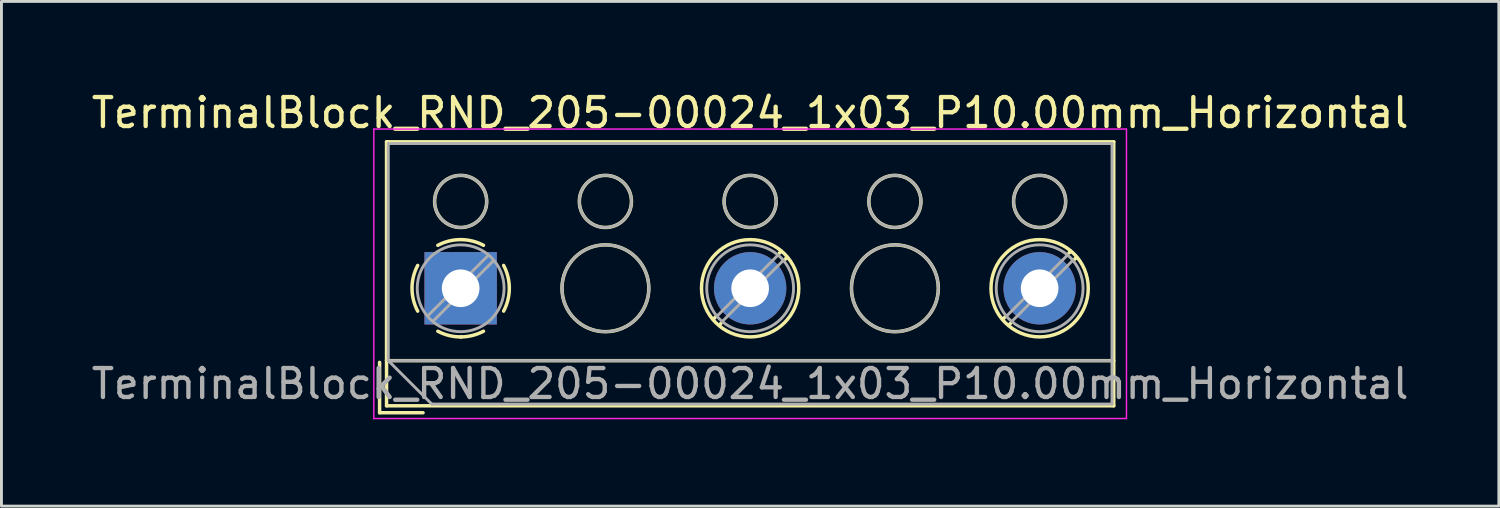
<source format=kicad_pcb>
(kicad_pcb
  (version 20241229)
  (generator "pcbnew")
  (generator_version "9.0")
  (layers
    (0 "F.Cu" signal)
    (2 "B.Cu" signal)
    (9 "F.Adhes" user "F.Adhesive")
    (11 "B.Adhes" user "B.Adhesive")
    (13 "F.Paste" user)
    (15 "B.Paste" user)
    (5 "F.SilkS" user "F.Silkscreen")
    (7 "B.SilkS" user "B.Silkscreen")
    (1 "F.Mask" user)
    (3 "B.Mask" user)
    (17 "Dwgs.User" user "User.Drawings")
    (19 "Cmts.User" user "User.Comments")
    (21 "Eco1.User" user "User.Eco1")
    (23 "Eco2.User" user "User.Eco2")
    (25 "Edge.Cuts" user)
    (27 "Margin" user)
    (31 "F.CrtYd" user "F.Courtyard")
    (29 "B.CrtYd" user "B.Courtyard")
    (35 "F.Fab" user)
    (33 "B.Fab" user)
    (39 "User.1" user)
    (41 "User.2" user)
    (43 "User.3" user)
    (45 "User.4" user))
  (footprint "TerminalBlock_RND_205-00024_1x03_P10.00mm_Horizontal"
    (layer "F.Cu")
    (at 12.863 6.908)
    (property "Reference" "TerminalBlock_RND_205-00024_1x03_P10.00mm_Horizontal" (at 10 -6.06 0) (layer "F.SilkS") (effects (font (size 1 1) (thickness 0.15))))
    (attr through_hole)
    (fp_line (start -2.8 2.56) (end -2.8 4.3) (stroke (width 0.12) (type solid)) (layer "F.SilkS"))
    (fp_line (start -2.8 4.3) (end -1.3 4.3) (stroke (width 0.12) (type solid)) (layer "F.SilkS"))
    (fp_line (start -2.56 -5.06) (end -2.56 4.06) (stroke (width 0.12) (type solid)) (layer "F.SilkS"))
    (fp_line (start -2.56 -5.06) (end 22.56 -5.06) (stroke (width 0.12) (type solid)) (layer "F.SilkS"))
    (fp_line (start -2.56 2.5) (end 22.56 2.5) (stroke (width 0.12) (type solid)) (layer "F.SilkS"))
    (fp_line (start -2.56 4.06) (end 22.56 4.06) (stroke (width 0.12) (type solid)) (layer "F.SilkS"))
    (fp_line (start 8.82 0.976) (end 8.726 1.069) (stroke (width 0.12) (type solid)) (layer "F.SilkS"))
    (fp_line (start 8.99 1.216) (end 8.931 1.274) (stroke (width 0.12) (type solid)) (layer "F.SilkS"))
    (fp_line (start 11.07 -1.275) (end 11.011 -1.216) (stroke (width 0.12) (type solid)) (layer "F.SilkS"))
    (fp_line (start 11.275 -1.069) (end 11.181 -0.976) (stroke (width 0.12) (type solid)) (layer "F.SilkS"))
    (fp_line (start 18.82 0.976) (end 18.726 1.069) (stroke (width 0.12) (type solid)) (layer "F.SilkS"))
    (fp_line (start 18.99 1.216) (end 18.931 1.274) (stroke (width 0.12) (type solid)) (layer "F.SilkS"))
    (fp_line (start 21.07 -1.275) (end 21.011 -1.216) (stroke (width 0.12) (type solid)) (layer "F.SilkS"))
    (fp_line (start 21.275 -1.069) (end 21.181 -0.976) (stroke (width 0.12) (type solid)) (layer "F.SilkS"))
    (fp_line (start 22.56 -5.06) (end 22.56 4.06) (stroke (width 0.12) (type solid)) (layer "F.SilkS"))
    (fp_arc (start -1.483953 0.789089) (mid -1.680708 0.00005) (end -1.484 -0.789) (stroke (width 0.12) (type solid)) (layer "F.SilkS"))
    (fp_arc (start -0.789089 -1.483953) (mid -0.00005 -1.680708) (end 0.789 -1.484) (stroke (width 0.12) (type solid)) (layer "F.SilkS"))
    (fp_arc (start 0.029383 1.68045) (mid -0.392304 1.634281) (end -0.789 1.484) (stroke (width 0.12) (type solid)) (layer "F.SilkS"))
    (fp_arc (start 0.788712 1.483352) (mid 0.406429 1.630097) (end 0 1.68) (stroke (width 0.12) (type solid)) (layer "F.SilkS"))
    (fp_arc (start 1.483953 -0.789089) (mid 1.680708 -0.00005) (end 1.484 0.789) (stroke (width 0.12) (type solid)) (layer "F.SilkS"))
    (fp_circle (center 0 -3) (end 0.9 -3) (stroke (width 0.12) (type solid)) (fill no) (layer "F.SilkS"))
    (fp_circle (center 5 -3) (end 5.9 -3) (stroke (width 0.12) (type solid)) (fill no) (layer "F.SilkS"))
    (fp_circle (center 5 0) (end 6.5 0) (stroke (width 0.12) (type solid)) (fill no) (layer "F.SilkS"))
    (fp_circle (center 10 -3) (end 10.9 -3) (stroke (width 0.12) (type solid)) (fill no) (layer "F.SilkS"))
    (fp_circle (center 10 0) (end 11.68 0) (stroke (width 0.12) (type solid)) (fill no) (layer "F.SilkS"))
    (fp_circle (center 15 -3) (end 15.9 -3) (stroke (width 0.12) (type solid)) (fill no) (layer "F.SilkS"))
    (fp_circle (center 15 0) (end 16.5 0) (stroke (width 0.12) (type solid)) (fill no) (layer "F.SilkS"))
    (fp_circle (center 20 -3) (end 20.9 -3) (stroke (width 0.12) (type solid)) (fill no) (layer "F.SilkS"))
    (fp_circle (center 20 0) (end 21.68 0) (stroke (width 0.12) (type solid)) (fill no) (layer "F.SilkS"))
    (fp_line (start -3 -5.5) (end -3 4.5) (stroke (width 0.05) (type solid)) (layer "F.CrtYd"))
    (fp_line (start -3 4.5) (end 23 4.5) (stroke (width 0.05) (type solid)) (layer "F.CrtYd"))
    (fp_line (start 23 -5.5) (end -3 -5.5) (stroke (width 0.05) (type solid)) (layer "F.CrtYd"))
    (fp_line (start 23 4.5) (end 23 -5.5) (stroke (width 0.05) (type solid)) (layer "F.CrtYd"))
    (fp_line (start -2.5 -5) (end 22.5 -5) (stroke (width 0.1) (type solid)) (layer "F.Fab"))
    (fp_line (start -2.5 2.5) (end -2.5 -5) (stroke (width 0.1) (type solid)) (layer "F.Fab"))
    (fp_line (start -2.5 2.5) (end 22.5 2.5) (stroke (width 0.1) (type solid)) (layer "F.Fab"))
    (fp_line (start -1 4) (end -2.5 2.5) (stroke (width 0.1) (type solid)) (layer "F.Fab"))
    (fp_line (start 0.955 -1.138) (end -1.138 0.955) (stroke (width 0.1) (type solid)) (layer "F.Fab"))
    (fp_line (start 1.138 -0.955) (end -0.955 1.138) (stroke (width 0.1) (type solid)) (layer "F.Fab"))
    (fp_line (start 10.955 -1.138) (end 8.863 0.955) (stroke (width 0.1) (type solid)) (layer "F.Fab"))
    (fp_line (start 11.138 -0.955) (end 9.046 1.138) (stroke (width 0.1) (type solid)) (layer "F.Fab"))
    (fp_line (start 20.955 -1.138) (end 18.863 0.955) (stroke (width 0.1) (type solid)) (layer "F.Fab"))
    (fp_line (start 21.138 -0.955) (end 19.046 1.138) (stroke (width 0.1) (type solid)) (layer "F.Fab"))
    (fp_line (start 22.5 -5) (end 22.5 4) (stroke (width 0.1) (type solid)) (layer "F.Fab"))
    (fp_line (start 22.5 4) (end -1 4) (stroke (width 0.1) (type solid)) (layer "F.Fab"))
    (fp_circle (center 0 -3) (end 0.9 -3) (stroke (width 0.1) (type solid)) (fill no) (layer "F.Fab"))
    (fp_circle (center 0 0) (end 1.5 0) (stroke (width 0.1) (type solid)) (fill no) (layer "F.Fab"))
    (fp_circle (center 5 -3) (end 5.9 -3) (stroke (width 0.1) (type solid)) (fill no) (layer "F.Fab"))
    (fp_circle (center 5 0) (end 6.5 0) (stroke (width 0.1) (type solid)) (fill no) (layer "F.Fab"))
    (fp_circle (center 10 -3) (end 10.9 -3) (stroke (width 0.1) (type solid)) (fill no) (layer "F.Fab"))
    (fp_circle (center 10 0) (end 11.5 0) (stroke (width 0.1) (type solid)) (fill no) (layer "F.Fab"))
    (fp_circle (center 15 -3) (end 15.9 -3) (stroke (width 0.1) (type solid)) (fill no) (layer "F.Fab"))
    (fp_circle (center 15 0) (end 16.5 0) (stroke (width 0.1) (type solid)) (fill no) (layer "F.Fab"))
    (fp_circle (center 20 -3) (end 20.9 -3) (stroke (width 0.1) (type solid)) (fill no) (layer "F.Fab"))
    (fp_circle (center 20 0) (end 21.5 0) (stroke (width 0.1) (type solid)) (fill no) (layer "F.Fab"))
    (fp_text user "${REFERENCE}" (at 10 3.3 0) (layer "F.Fab") (effects (font (size 1 1) (thickness 0.15))))
    (pad "1" thru_hole rect (at 0 0) (size 2.5 2.5) (drill 1.3) (layers "*.Cu" "*.Mask"))
    (pad "2" thru_hole circle (at 10 0) (size 2.5 2.5) (drill 1.3) (layers "*.Cu" "*.Mask"))
    (pad "3" thru_hole circle (at 20 0) (size 2.5 2.5) (drill 1.3) (layers "*.Cu" "*.Mask")))
  (gr_rect
    (start -3 -3)
    (end 48.726 14.433)
    (stroke (width 0.1) (type default))
    (fill no)
    (layer "Edge.Cuts")))
</source>
